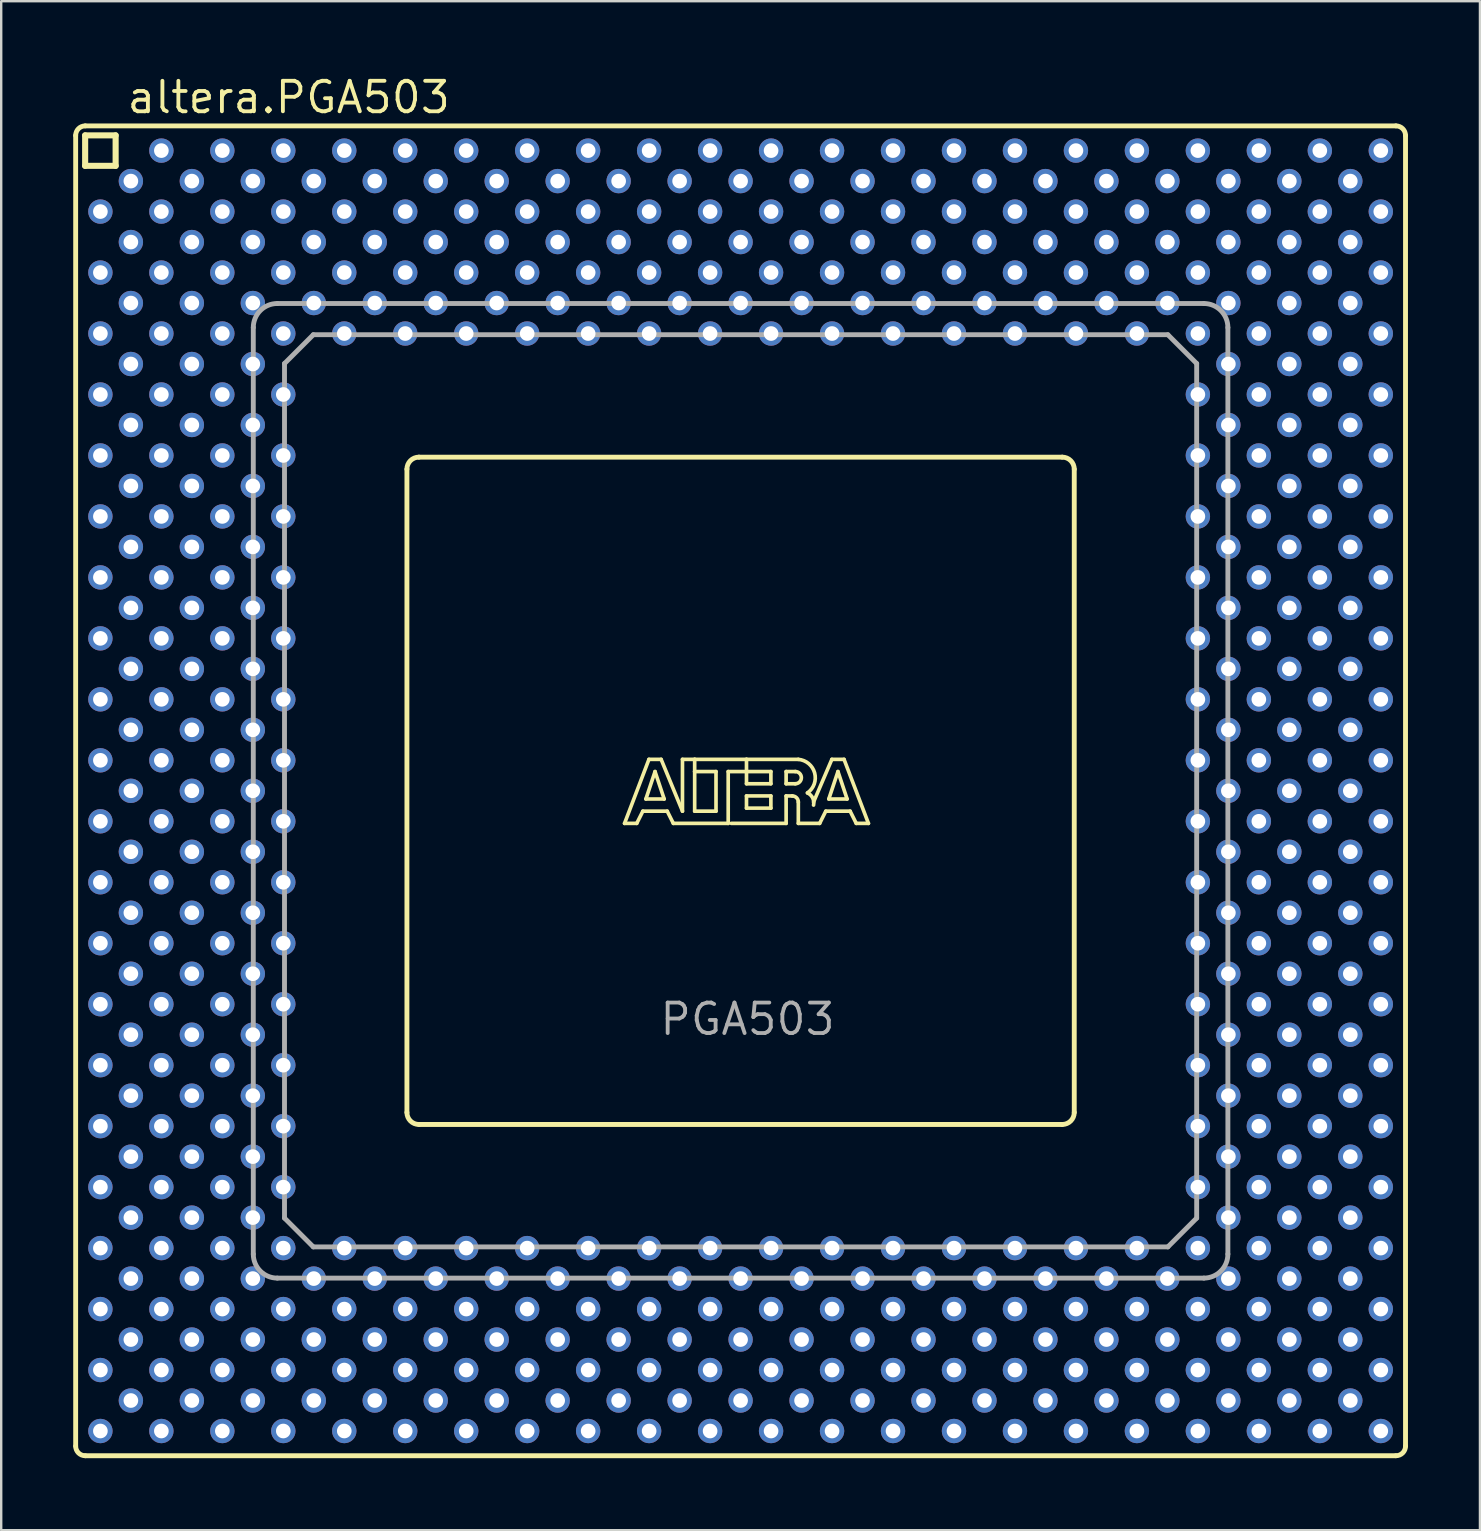
<source format=kicad_pcb>
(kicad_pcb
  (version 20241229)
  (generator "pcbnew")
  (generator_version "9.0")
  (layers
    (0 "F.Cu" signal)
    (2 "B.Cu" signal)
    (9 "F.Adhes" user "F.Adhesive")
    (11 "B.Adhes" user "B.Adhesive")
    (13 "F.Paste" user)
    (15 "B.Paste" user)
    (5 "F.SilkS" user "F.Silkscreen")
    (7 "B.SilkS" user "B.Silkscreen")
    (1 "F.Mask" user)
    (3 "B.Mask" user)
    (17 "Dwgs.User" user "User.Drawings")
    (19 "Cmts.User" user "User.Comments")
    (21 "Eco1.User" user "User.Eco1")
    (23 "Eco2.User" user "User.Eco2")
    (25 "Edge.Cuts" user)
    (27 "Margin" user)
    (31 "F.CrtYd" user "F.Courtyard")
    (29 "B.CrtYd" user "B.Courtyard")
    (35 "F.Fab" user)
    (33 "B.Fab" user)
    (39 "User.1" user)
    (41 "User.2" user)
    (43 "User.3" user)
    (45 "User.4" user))
  (footprint "altera.PGA503"
    (layer "F.Cu")
    (at 27.802 29.894)
    (property "Reference" "altera.PGA503" (at -25.643 -28.144 0) (layer "F.SilkS") (effects (font (size 1.27 1.27) (thickness 0.16)) (justify left bottom)))
    (attr through_hole)
    (fp_line (start -27.7 -27.3) (end -27.7 27.3) (stroke (width 0.203) (type default)) (layer "F.SilkS"))
    (fp_line (start -27.305 -27.305) (end -27.305 -26.035) (stroke (width 0.254) (type default)) (layer "F.SilkS"))
    (fp_line (start -27.305 -26.035) (end -26.035 -26.035) (stroke (width 0.254) (type default)) (layer "F.SilkS"))
    (fp_line (start -27.3 27.7) (end 27.3 27.7) (stroke (width 0.203) (type default)) (layer "F.SilkS"))
    (fp_line (start -26.035 -27.305) (end -27.305 -27.305) (stroke (width 0.254) (type default)) (layer "F.SilkS"))
    (fp_line (start -26.035 -26.035) (end -26.035 -27.305) (stroke (width 0.254) (type default)) (layer "F.SilkS"))
    (fp_line (start -13.9 -13.4) (end -13.9 13.4) (stroke (width 0.203) (type default)) (layer "F.SilkS"))
    (fp_line (start -13.4 13.9) (end 13.4 13.9) (stroke (width 0.203) (type default)) (layer "F.SilkS"))
    (fp_line (start -4.834 1.357) (end -3.818 -1.31) (stroke (width 0.152) (type default)) (layer "F.SilkS"))
    (fp_line (start -4.326 1.357) (end -4.834 1.357) (stroke (width 0.152) (type default)) (layer "F.SilkS"))
    (fp_line (start -4.072 0.849) (end -4.326 1.357) (stroke (width 0.152) (type default)) (layer "F.SilkS"))
    (fp_line (start -3.945 0.341) (end -3.183 0.341) (stroke (width 0.152) (type default)) (layer "F.SilkS"))
    (fp_line (start -3.818 -1.31) (end -3.31 -1.31) (stroke (width 0.152) (type default)) (layer "F.SilkS"))
    (fp_line (start -3.564 -0.802) (end -3.945 0.341) (stroke (width 0.152) (type default)) (layer "F.SilkS"))
    (fp_line (start -3.31 -1.31) (end -2.421 0.849) (stroke (width 0.152) (type default)) (layer "F.SilkS"))
    (fp_line (start -3.183 0.341) (end -3.564 -0.802) (stroke (width 0.152) (type default)) (layer "F.SilkS"))
    (fp_line (start -3.056 0.849) (end -4.072 0.849) (stroke (width 0.152) (type default)) (layer "F.SilkS"))
    (fp_line (start -2.802 1.357) (end -3.056 0.849) (stroke (width 0.152) (type default)) (layer "F.SilkS"))
    (fp_line (start -2.421 -1.31) (end -1.913 -1.31) (stroke (width 0.152) (type default)) (layer "F.SilkS"))
    (fp_line (start -2.421 0.849) (end -2.421 -1.31) (stroke (width 0.152) (type default)) (layer "F.SilkS"))
    (fp_line (start -1.913 -1.31) (end -1.913 -0.802) (stroke (width 0.152) (type default)) (layer "F.SilkS"))
    (fp_line (start -1.913 -1.31) (end 0.246 -1.31) (stroke (width 0.152) (type default)) (layer "F.SilkS"))
    (fp_line (start -1.913 -0.802) (end -1.913 0.849) (stroke (width 0.152) (type default)) (layer "F.SilkS"))
    (fp_line (start -1.913 0.849) (end -1.024 0.849) (stroke (width 0.152) (type default)) (layer "F.SilkS"))
    (fp_line (start -1.024 -0.802) (end -1.913 -0.802) (stroke (width 0.152) (type default)) (layer "F.SilkS"))
    (fp_line (start -1.024 0.849) (end -1.024 -0.802) (stroke (width 0.152) (type default)) (layer "F.SilkS"))
    (fp_line (start -0.516 -0.802) (end -0.516 1.357) (stroke (width 0.152) (type default)) (layer "F.SilkS"))
    (fp_line (start -0.516 1.357) (end -2.802 1.357) (stroke (width 0.152) (type default)) (layer "F.SilkS"))
    (fp_line (start 0.246 -1.31) (end 0.246 -0.802) (stroke (width 0.152) (type default)) (layer "F.SilkS"))
    (fp_line (start 0.246 -1.31) (end 2.405 -1.31) (stroke (width 0.152) (type default)) (layer "F.SilkS"))
    (fp_line (start 0.246 -0.802) (end -0.516 -0.802) (stroke (width 0.152) (type default)) (layer "F.SilkS"))
    (fp_line (start 0.246 -0.802) (end 0.246 -0.294) (stroke (width 0.152) (type default)) (layer "F.SilkS"))
    (fp_line (start 0.246 -0.294) (end 1.262 -0.294) (stroke (width 0.152) (type default)) (layer "F.SilkS"))
    (fp_line (start 0.246 0.214) (end 1.262 0.214) (stroke (width 0.152) (type default)) (layer "F.SilkS"))
    (fp_line (start 0.246 0.722) (end 0.246 0.214) (stroke (width 0.152) (type default)) (layer "F.SilkS"))
    (fp_line (start 1.262 -0.802) (end 0.246 -0.802) (stroke (width 0.152) (type default)) (layer "F.SilkS"))
    (fp_line (start 1.262 -0.294) (end 1.262 -0.802) (stroke (width 0.152) (type default)) (layer "F.SilkS"))
    (fp_line (start 1.262 0.214) (end 1.262 0.722) (stroke (width 0.152) (type default)) (layer "F.SilkS"))
    (fp_line (start 1.262 0.722) (end 0.246 0.722) (stroke (width 0.152) (type default)) (layer "F.SilkS"))
    (fp_line (start 1.897 -0.802) (end 1.897 -0.294) (stroke (width 0.152) (type default)) (layer "F.SilkS"))
    (fp_line (start 1.897 -0.294) (end 2.278 -0.294) (stroke (width 0.152) (type default)) (layer "F.SilkS"))
    (fp_line (start 1.897 0.214) (end 1.897 1.357) (stroke (width 0.152) (type default)) (layer "F.SilkS"))
    (fp_line (start 1.897 0.214) (end 2.151 0.214) (stroke (width 0.152) (type default)) (layer "F.SilkS"))
    (fp_line (start 1.897 1.357) (end -0.389 1.357) (stroke (width 0.152) (type default)) (layer "F.SilkS"))
    (fp_line (start 2.278 -0.802) (end 1.897 -0.802) (stroke (width 0.152) (type default)) (layer "F.SilkS"))
    (fp_line (start 2.405 0.468) (end 2.405 1.357) (stroke (width 0.152) (type default)) (layer "F.SilkS"))
    (fp_line (start 2.405 1.357) (end 3.294 1.357) (stroke (width 0.152) (type default)) (layer "F.SilkS"))
    (fp_line (start 3.294 1.357) (end 3.548 0.849) (stroke (width 0.152) (type default)) (layer "F.SilkS"))
    (fp_line (start 3.548 0.849) (end 4.564 0.849) (stroke (width 0.152) (type default)) (layer "F.SilkS"))
    (fp_line (start 3.675 0.341) (end 4.056 -0.802) (stroke (width 0.152) (type default)) (layer "F.SilkS"))
    (fp_line (start 3.802 -1.31) (end 3.04 0.468) (stroke (width 0.152) (type default)) (layer "F.SilkS"))
    (fp_line (start 4.056 -0.802) (end 4.437 0.341) (stroke (width 0.152) (type default)) (layer "F.SilkS"))
    (fp_line (start 4.31 -1.31) (end 3.802 -1.31) (stroke (width 0.152) (type default)) (layer "F.SilkS"))
    (fp_line (start 4.437 0.341) (end 3.675 0.341) (stroke (width 0.152) (type default)) (layer "F.SilkS"))
    (fp_line (start 4.564 0.849) (end 4.818 1.357) (stroke (width 0.152) (type default)) (layer "F.SilkS"))
    (fp_line (start 4.818 1.357) (end 5.326 1.357) (stroke (width 0.152) (type default)) (layer "F.SilkS"))
    (fp_line (start 5.326 1.357) (end 4.31 -1.31) (stroke (width 0.152) (type default)) (layer "F.SilkS"))
    (fp_line (start 13.4 -13.9) (end -13.4 -13.9) (stroke (width 0.203) (type default)) (layer "F.SilkS"))
    (fp_line (start 13.9 13.4) (end 13.9 -13.4) (stroke (width 0.203) (type default)) (layer "F.SilkS"))
    (fp_line (start 27.3 -27.7) (end -27.3 -27.7) (stroke (width 0.203) (type default)) (layer "F.SilkS"))
    (fp_line (start 27.7 27.3) (end 27.7 -27.3) (stroke (width 0.203) (type default)) (layer "F.SilkS"))
    (fp_arc (start -27.7 -27.3) (mid -27.582813 -27.582913) (end -27.2999 -27.7001) (stroke (width 0.2032) (type default)) (layer "F.SilkS"))
    (fp_arc (start -27.2999 27.7001) (mid -27.582813 27.582913) (end -27.7 27.3) (stroke (width 0.2032) (type default)) (layer "F.SilkS"))
    (fp_arc (start -13.9 -13.4) (mid -13.753607 -13.753624) (end -13.4001 -13.9003) (stroke (width 0.2032) (type default)) (layer "F.SilkS"))
    (fp_arc (start -13.4001 13.9) (mid -13.753589 13.753518) (end -13.9 13.4) (stroke (width 0.2032) (type default)) (layer "F.SilkS"))
    (fp_arc (start 2.151 0.214) (mid 2.330605 0.288395) (end 2.405 0.468) (stroke (width 0.1524) (type default)) (layer "F.SilkS"))
    (fp_arc (start 2.278 -0.802) (mid 2.532 -0.548) (end 2.278 -0.294) (stroke (width 0.1524) (type default)) (layer "F.SilkS"))
    (fp_arc (start 2.405 -1.31) (mid 3.084953 -0.74477) (end 2.7861 0.0874) (stroke (width 0.1524) (type default)) (layer "F.SilkS"))
    (fp_arc (start 2.7861 0.0871) (mid 3.002081 0.296587) (end 3.0398 0.5951) (stroke (width 0.1524) (type default)) (layer "F.SilkS"))
    (fp_arc (start 13.4 -13.9) (mid 13.753624 -13.753607) (end 13.9003 -13.4001) (stroke (width 0.2032) (type default)) (layer "F.SilkS"))
    (fp_arc (start 13.9 13.4001) (mid 13.753518 13.753589) (end 13.4 13.9) (stroke (width 0.2032) (type default)) (layer "F.SilkS"))
    (fp_arc (start 27.3 -27.7) (mid 27.582913 -27.582813) (end 27.7001 -27.2999) (stroke (width 0.2032) (type default)) (layer "F.SilkS"))
    (fp_arc (start 27.7001 27.2999) (mid 27.582913 27.582813) (end 27.3 27.7) (stroke (width 0.2032) (type default)) (layer "F.SilkS"))
    (fp_line (start -20.3 -19.3) (end -20.3 19.3) (stroke (width 0.203) (type default)) (layer "F.Fab"))
    (fp_line (start -19.3 20.3) (end 19.3 20.3) (stroke (width 0.203) (type default)) (layer "F.Fab"))
    (fp_line (start -19 -17.8) (end -19 17.8) (stroke (width 0.203) (type default)) (layer "F.Fab"))
    (fp_line (start -19 -17.8) (end -17.8 -19) (stroke (width 0.203) (type default)) (layer "F.Fab"))
    (fp_line (start -17.8 19) (end -19 17.8) (stroke (width 0.203) (type default)) (layer "F.Fab"))
    (fp_line (start -17.8 19) (end 17.8 19) (stroke (width 0.203) (type default)) (layer "F.Fab"))
    (fp_line (start 17.8 -19) (end -17.8 -19) (stroke (width 0.203) (type default)) (layer "F.Fab"))
    (fp_line (start 17.8 -19) (end 19 -17.8) (stroke (width 0.203) (type default)) (layer "F.Fab"))
    (fp_line (start 19 17.8) (end 17.8 19) (stroke (width 0.203) (type default)) (layer "F.Fab"))
    (fp_line (start 19 17.8) (end 19 -17.8) (stroke (width 0.203) (type default)) (layer "F.Fab"))
    (fp_line (start 19.3 -20.3) (end -19.3 -20.3) (stroke (width 0.203) (type default)) (layer "F.Fab"))
    (fp_line (start 20.3 19.3) (end 20.3 -19.3) (stroke (width 0.203) (type default)) (layer "F.Fab"))
    (fp_arc (start -20.3 -19.3) (mid -20.007107 -20.007107) (end -19.3 -20.3) (stroke (width 0.2032) (type default)) (layer "F.Fab"))
    (fp_arc (start -19.3 20.3) (mid -20.007107 20.007107) (end -20.3 19.3) (stroke (width 0.2032) (type default)) (layer "F.Fab"))
    (fp_arc (start 19.3 -20.3) (mid 20.007107 -20.007107) (end 20.3 -19.3) (stroke (width 0.2032) (type default)) (layer "F.Fab"))
    (fp_arc (start 20.3 19.3) (mid 20.007107 20.007107) (end 19.3 20.3) (stroke (width 0.2032) (type default)) (layer "F.Fab"))
    (fp_text user "PGA503" (at -3.445 10.255 0) (layer "F.Fab") (effects (font (size 1.27 1.27) (thickness 0.16)) (justify left bottom)))
    (pad "A3" thru_hole circle (at -24.13 -26.67) (size 1.016 1.016) (drill 0.61) (layers "*.Cu" "*.Mask"))
    (pad "A5" thru_hole circle (at -21.59 -26.67) (size 1.016 1.016) (drill 0.61) (layers "*.Cu" "*.Mask"))
    (pad "A7" thru_hole circle (at -19.05 -26.67) (size 1.016 1.016) (drill 0.61) (layers "*.Cu" "*.Mask"))
    (pad "A9" thru_hole circle (at -16.51 -26.67) (size 1.016 1.016) (drill 0.61) (layers "*.Cu" "*.Mask"))
    (pad "A11" thru_hole circle (at -13.97 -26.67) (size 1.016 1.016) (drill 0.61) (layers "*.Cu" "*.Mask"))
    (pad "A13" thru_hole circle (at -11.43 -26.67) (size 1.016 1.016) (drill 0.61) (layers "*.Cu" "*.Mask"))
    (pad "A15" thru_hole circle (at -8.89 -26.67) (size 1.016 1.016) (drill 0.61) (layers "*.Cu" "*.Mask"))
    (pad "A17" thru_hole circle (at -6.35 -26.67) (size 1.016 1.016) (drill 0.61) (layers "*.Cu" "*.Mask"))
    (pad "A19" thru_hole circle (at -3.81 -26.67) (size 1.016 1.016) (drill 0.61) (layers "*.Cu" "*.Mask"))
    (pad "A21" thru_hole circle (at -1.27 -26.67) (size 1.016 1.016) (drill 0.61) (layers "*.Cu" "*.Mask"))
    (pad "A23" thru_hole circle (at 1.27 -26.67) (size 1.016 1.016) (drill 0.61) (layers "*.Cu" "*.Mask"))
    (pad "A25" thru_hole circle (at 3.81 -26.67) (size 1.016 1.016) (drill 0.61) (layers "*.Cu" "*.Mask"))
    (pad "A27" thru_hole circle (at 6.35 -26.67) (size 1.016 1.016) (drill 0.61) (layers "*.Cu" "*.Mask"))
    (pad "A29" thru_hole circle (at 8.89 -26.67) (size 1.016 1.016) (drill 0.61) (layers "*.Cu" "*.Mask"))
    (pad "A31" thru_hole circle (at 11.43 -26.67) (size 1.016 1.016) (drill 0.61) (layers "*.Cu" "*.Mask"))
    (pad "A33" thru_hole circle (at 13.97 -26.67) (size 1.016 1.016) (drill 0.61) (layers "*.Cu" "*.Mask"))
    (pad "A35" thru_hole circle (at 16.51 -26.67) (size 1.016 1.016) (drill 0.61) (layers "*.Cu" "*.Mask"))
    (pad "A37" thru_hole circle (at 19.05 -26.67) (size 1.016 1.016) (drill 0.61) (layers "*.Cu" "*.Mask"))
    (pad "A39" thru_hole circle (at 21.59 -26.67) (size 1.016 1.016) (drill 0.61) (layers "*.Cu" "*.Mask"))
    (pad "A41" thru_hole circle (at 24.13 -26.67) (size 1.016 1.016) (drill 0.61) (layers "*.Cu" "*.Mask"))
    (pad "A43" thru_hole circle (at 26.67 -26.67) (size 1.016 1.016) (drill 0.61) (layers "*.Cu" "*.Mask"))
    (pad "AA1" thru_hole circle (at -26.67 -1.27) (size 1.016 1.016) (drill 0.61) (layers "*.Cu" "*.Mask"))
    (pad "AA3" thru_hole circle (at -24.13 -1.27) (size 1.016 1.016) (drill 0.61) (layers "*.Cu" "*.Mask"))
    (pad "AA5" thru_hole circle (at -21.59 -1.27) (size 1.016 1.016) (drill 0.61) (layers "*.Cu" "*.Mask"))
    (pad "AA7" thru_hole circle (at -19.05 -1.27) (size 1.016 1.016) (drill 0.61) (layers "*.Cu" "*.Mask"))
    (pad "AA37" thru_hole circle (at 19.05 -1.27) (size 1.016 1.016) (drill 0.61) (layers "*.Cu" "*.Mask"))
    (pad "AA39" thru_hole circle (at 21.59 -1.27) (size 1.016 1.016) (drill 0.61) (layers "*.Cu" "*.Mask"))
    (pad "AA41" thru_hole circle (at 24.13 -1.27) (size 1.016 1.016) (drill 0.61) (layers "*.Cu" "*.Mask"))
    (pad "AA43" thru_hole circle (at 26.67 -1.27) (size 1.016 1.016) (drill 0.61) (layers "*.Cu" "*.Mask"))
    (pad "AB2" thru_hole circle (at -25.4 0) (size 1.016 1.016) (drill 0.61) (layers "*.Cu" "*.Mask"))
    (pad "AB4" thru_hole circle (at -22.86 0) (size 1.016 1.016) (drill 0.61) (layers "*.Cu" "*.Mask"))
    (pad "AB6" thru_hole circle (at -20.32 0) (size 1.016 1.016) (drill 0.61) (layers "*.Cu" "*.Mask"))
    (pad "AB38" thru_hole circle (at 20.32 0) (size 1.016 1.016) (drill 0.61) (layers "*.Cu" "*.Mask"))
    (pad "AB40" thru_hole circle (at 22.86 0) (size 1.016 1.016) (drill 0.61) (layers "*.Cu" "*.Mask"))
    (pad "AB42" thru_hole circle (at 25.4 0) (size 1.016 1.016) (drill 0.61) (layers "*.Cu" "*.Mask"))
    (pad "AC1" thru_hole circle (at -26.67 1.27) (size 1.016 1.016) (drill 0.61) (layers "*.Cu" "*.Mask"))
    (pad "AC3" thru_hole circle (at -24.13 1.27) (size 1.016 1.016) (drill 0.61) (layers "*.Cu" "*.Mask"))
    (pad "AC5" thru_hole circle (at -21.59 1.27) (size 1.016 1.016) (drill 0.61) (layers "*.Cu" "*.Mask"))
    (pad "AC7" thru_hole circle (at -19.05 1.27) (size 1.016 1.016) (drill 0.61) (layers "*.Cu" "*.Mask"))
    (pad "AC37" thru_hole circle (at 19.05 1.27) (size 1.016 1.016) (drill 0.61) (layers "*.Cu" "*.Mask"))
    (pad "AC39" thru_hole circle (at 21.59 1.27) (size 1.016 1.016) (drill 0.61) (layers "*.Cu" "*.Mask"))
    (pad "AC41" thru_hole circle (at 24.13 1.27) (size 1.016 1.016) (drill 0.61) (layers "*.Cu" "*.Mask"))
    (pad "AC43" thru_hole circle (at 26.67 1.27) (size 1.016 1.016) (drill 0.61) (layers "*.Cu" "*.Mask"))
    (pad "AD2" thru_hole circle (at -25.4 2.54) (size 1.016 1.016) (drill 0.61) (layers "*.Cu" "*.Mask"))
    (pad "AD4" thru_hole circle (at -22.86 2.54) (size 1.016 1.016) (drill 0.61) (layers "*.Cu" "*.Mask"))
    (pad "AD6" thru_hole circle (at -20.32 2.54) (size 1.016 1.016) (drill 0.61) (layers "*.Cu" "*.Mask"))
    (pad "AD38" thru_hole circle (at 20.32 2.54) (size 1.016 1.016) (drill 0.61) (layers "*.Cu" "*.Mask"))
    (pad "AD40" thru_hole circle (at 22.86 2.54) (size 1.016 1.016) (drill 0.61) (layers "*.Cu" "*.Mask"))
    (pad "AD42" thru_hole circle (at 25.4 2.54) (size 1.016 1.016) (drill 0.61) (layers "*.Cu" "*.Mask"))
    (pad "AE1" thru_hole circle (at -26.67 3.81) (size 1.016 1.016) (drill 0.61) (layers "*.Cu" "*.Mask"))
    (pad "AE3" thru_hole circle (at -24.13 3.81) (size 1.016 1.016) (drill 0.61) (layers "*.Cu" "*.Mask"))
    (pad "AE5" thru_hole circle (at -21.59 3.81) (size 1.016 1.016) (drill 0.61) (layers "*.Cu" "*.Mask"))
    (pad "AE7" thru_hole circle (at -19.05 3.81) (size 1.016 1.016) (drill 0.61) (layers "*.Cu" "*.Mask"))
    (pad "AE37" thru_hole circle (at 19.05 3.81) (size 1.016 1.016) (drill 0.61) (layers "*.Cu" "*.Mask"))
    (pad "AE39" thru_hole circle (at 21.59 3.81) (size 1.016 1.016) (drill 0.61) (layers "*.Cu" "*.Mask"))
    (pad "AE41" thru_hole circle (at 24.13 3.81) (size 1.016 1.016) (drill 0.61) (layers "*.Cu" "*.Mask"))
    (pad "AE43" thru_hole circle (at 26.67 3.81) (size 1.016 1.016) (drill 0.61) (layers "*.Cu" "*.Mask"))
    (pad "AF2" thru_hole circle (at -25.4 5.08) (size 1.016 1.016) (drill 0.61) (layers "*.Cu" "*.Mask"))
    (pad "AF4" thru_hole circle (at -22.86 5.08) (size 1.016 1.016) (drill 0.61) (layers "*.Cu" "*.Mask"))
    (pad "AF6" thru_hole circle (at -20.32 5.08) (size 1.016 1.016) (drill 0.61) (layers "*.Cu" "*.Mask"))
    (pad "AF38" thru_hole circle (at 20.32 5.08) (size 1.016 1.016) (drill 0.61) (layers "*.Cu" "*.Mask"))
    (pad "AF40" thru_hole circle (at 22.86 5.08) (size 1.016 1.016) (drill 0.61) (layers "*.Cu" "*.Mask"))
    (pad "AF42" thru_hole circle (at 25.4 5.08) (size 1.016 1.016) (drill 0.61) (layers "*.Cu" "*.Mask"))
    (pad "AG1" thru_hole circle (at -26.67 6.35) (size 1.016 1.016) (drill 0.61) (layers "*.Cu" "*.Mask"))
    (pad "AG3" thru_hole circle (at -24.13 6.35) (size 1.016 1.016) (drill 0.61) (layers "*.Cu" "*.Mask"))
    (pad "AG5" thru_hole circle (at -21.59 6.35) (size 1.016 1.016) (drill 0.61) (layers "*.Cu" "*.Mask"))
    (pad "AG7" thru_hole circle (at -19.05 6.35) (size 1.016 1.016) (drill 0.61) (layers "*.Cu" "*.Mask"))
    (pad "AG37" thru_hole circle (at 19.05 6.35) (size 1.016 1.016) (drill 0.61) (layers "*.Cu" "*.Mask"))
    (pad "AG39" thru_hole circle (at 21.59 6.35) (size 1.016 1.016) (drill 0.61) (layers "*.Cu" "*.Mask"))
    (pad "AG41" thru_hole circle (at 24.13 6.35) (size 1.016 1.016) (drill 0.61) (layers "*.Cu" "*.Mask"))
    (pad "AG43" thru_hole circle (at 26.67 6.35) (size 1.016 1.016) (drill 0.61) (layers "*.Cu" "*.Mask"))
    (pad "AH2" thru_hole circle (at -25.4 7.62) (size 1.016 1.016) (drill 0.61) (layers "*.Cu" "*.Mask"))
    (pad "AH4" thru_hole circle (at -22.86 7.62) (size 1.016 1.016) (drill 0.61) (layers "*.Cu" "*.Mask"))
    (pad "AH6" thru_hole circle (at -20.32 7.62) (size 1.016 1.016) (drill 0.61) (layers "*.Cu" "*.Mask"))
    (pad "AH38" thru_hole circle (at 20.32 7.62) (size 1.016 1.016) (drill 0.61) (layers "*.Cu" "*.Mask"))
    (pad "AH40" thru_hole circle (at 22.86 7.62) (size 1.016 1.016) (drill 0.61) (layers "*.Cu" "*.Mask"))
    (pad "AH42" thru_hole circle (at 25.4 7.62) (size 1.016 1.016) (drill 0.61) (layers "*.Cu" "*.Mask"))
    (pad "AJ1" thru_hole circle (at -26.67 8.89) (size 1.016 1.016) (drill 0.61) (layers "*.Cu" "*.Mask"))
    (pad "AJ3" thru_hole circle (at -24.13 8.89) (size 1.016 1.016) (drill 0.61) (layers "*.Cu" "*.Mask"))
    (pad "AJ5" thru_hole circle (at -21.59 8.89) (size 1.016 1.016) (drill 0.61) (layers "*.Cu" "*.Mask"))
    (pad "AJ7" thru_hole circle (at -19.05 8.89) (size 1.016 1.016) (drill 0.61) (layers "*.Cu" "*.Mask"))
    (pad "AJ37" thru_hole circle (at 19.05 8.89) (size 1.016 1.016) (drill 0.61) (layers "*.Cu" "*.Mask"))
    (pad "AJ39" thru_hole circle (at 21.59 8.89) (size 1.016 1.016) (drill 0.61) (layers "*.Cu" "*.Mask"))
    (pad "AJ41" thru_hole circle (at 24.13 8.89) (size 1.016 1.016) (drill 0.61) (layers "*.Cu" "*.Mask"))
    (pad "AJ43" thru_hole circle (at 26.67 8.89) (size 1.016 1.016) (drill 0.61) (layers "*.Cu" "*.Mask"))
    (pad "AK2" thru_hole circle (at -25.4 10.16) (size 1.016 1.016) (drill 0.61) (layers "*.Cu" "*.Mask"))
    (pad "AK4" thru_hole circle (at -22.86 10.16) (size 1.016 1.016) (drill 0.61) (layers "*.Cu" "*.Mask"))
    (pad "AK6" thru_hole circle (at -20.32 10.16) (size 1.016 1.016) (drill 0.61) (layers "*.Cu" "*.Mask"))
    (pad "AK38" thru_hole circle (at 20.32 10.16) (size 1.016 1.016) (drill 0.61) (layers "*.Cu" "*.Mask"))
    (pad "AK40" thru_hole circle (at 22.86 10.16) (size 1.016 1.016) (drill 0.61) (layers "*.Cu" "*.Mask"))
    (pad "AK42" thru_hole circle (at 25.4 10.16) (size 1.016 1.016) (drill 0.61) (layers "*.Cu" "*.Mask"))
    (pad "AL1" thru_hole circle (at -26.67 11.43) (size 1.016 1.016) (drill 0.61) (layers "*.Cu" "*.Mask"))
    (pad "AL3" thru_hole circle (at -24.13 11.43) (size 1.016 1.016) (drill 0.61) (layers "*.Cu" "*.Mask"))
    (pad "AL5" thru_hole circle (at -21.59 11.43) (size 1.016 1.016) (drill 0.61) (layers "*.Cu" "*.Mask"))
    (pad "AL7" thru_hole circle (at -19.05 11.43) (size 1.016 1.016) (drill 0.61) (layers "*.Cu" "*.Mask"))
    (pad "AL37" thru_hole circle (at 19.05 11.43) (size 1.016 1.016) (drill 0.61) (layers "*.Cu" "*.Mask"))
    (pad "AL39" thru_hole circle (at 21.59 11.43) (size 1.016 1.016) (drill 0.61) (layers "*.Cu" "*.Mask"))
    (pad "AL41" thru_hole circle (at 24.13 11.43) (size 1.016 1.016) (drill 0.61) (layers "*.Cu" "*.Mask"))
    (pad "AL43" thru_hole circle (at 26.67 11.43) (size 1.016 1.016) (drill 0.61) (layers "*.Cu" "*.Mask"))
    (pad "AM2" thru_hole circle (at -25.4 12.7) (size 1.016 1.016) (drill 0.61) (layers "*.Cu" "*.Mask"))
    (pad "AM4" thru_hole circle (at -22.86 12.7) (size 1.016 1.016) (drill 0.61) (layers "*.Cu" "*.Mask"))
    (pad "AM6" thru_hole circle (at -20.32 12.7) (size 1.016 1.016) (drill 0.61) (layers "*.Cu" "*.Mask"))
    (pad "AM38" thru_hole circle (at 20.32 12.7) (size 1.016 1.016) (drill 0.61) (layers "*.Cu" "*.Mask"))
    (pad "AM40" thru_hole circle (at 22.86 12.7) (size 1.016 1.016) (drill 0.61) (layers "*.Cu" "*.Mask"))
    (pad "AM42" thru_hole circle (at 25.4 12.7) (size 1.016 1.016) (drill 0.61) (layers "*.Cu" "*.Mask"))
    (pad "AN1" thru_hole circle (at -26.67 13.97) (size 1.016 1.016) (drill 0.61) (layers "*.Cu" "*.Mask"))
    (pad "AN3" thru_hole circle (at -24.13 13.97) (size 1.016 1.016) (drill 0.61) (layers "*.Cu" "*.Mask"))
    (pad "AN5" thru_hole circle (at -21.59 13.97) (size 1.016 1.016) (drill 0.61) (layers "*.Cu" "*.Mask"))
    (pad "AN7" thru_hole circle (at -19.05 13.97) (size 1.016 1.016) (drill 0.61) (layers "*.Cu" "*.Mask"))
    (pad "AN37" thru_hole circle (at 19.05 13.97) (size 1.016 1.016) (drill 0.61) (layers "*.Cu" "*.Mask"))
    (pad "AN39" thru_hole circle (at 21.59 13.97) (size 1.016 1.016) (drill 0.61) (layers "*.Cu" "*.Mask"))
    (pad "AN41" thru_hole circle (at 24.13 13.97) (size 1.016 1.016) (drill 0.61) (layers "*.Cu" "*.Mask"))
    (pad "AN43" thru_hole circle (at 26.67 13.97) (size 1.016 1.016) (drill 0.61) (layers "*.Cu" "*.Mask"))
    (pad "AP2" thru_hole circle (at -25.4 15.24) (size 1.016 1.016) (drill 0.61) (layers "*.Cu" "*.Mask"))
    (pad "AP4" thru_hole circle (at -22.86 15.24) (size 1.016 1.016) (drill 0.61) (layers "*.Cu" "*.Mask"))
    (pad "AP6" thru_hole circle (at -20.32 15.24) (size 1.016 1.016) (drill 0.61) (layers "*.Cu" "*.Mask"))
    (pad "AP38" thru_hole circle (at 20.32 15.24) (size 1.016 1.016) (drill 0.61) (layers "*.Cu" "*.Mask"))
    (pad "AP40" thru_hole circle (at 22.86 15.24) (size 1.016 1.016) (drill 0.61) (layers "*.Cu" "*.Mask"))
    (pad "AP42" thru_hole circle (at 25.4 15.24) (size 1.016 1.016) (drill 0.61) (layers "*.Cu" "*.Mask"))
    (pad "AR1" thru_hole circle (at -26.67 16.51) (size 1.016 1.016) (drill 0.61) (layers "*.Cu" "*.Mask"))
    (pad "AR3" thru_hole circle (at -24.13 16.51) (size 1.016 1.016) (drill 0.61) (layers "*.Cu" "*.Mask"))
    (pad "AR5" thru_hole circle (at -21.59 16.51) (size 1.016 1.016) (drill 0.61) (layers "*.Cu" "*.Mask"))
    (pad "AR7" thru_hole circle (at -19.05 16.51) (size 1.016 1.016) (drill 0.61) (layers "*.Cu" "*.Mask"))
    (pad "AR37" thru_hole circle (at 19.05 16.51) (size 1.016 1.016) (drill 0.61) (layers "*.Cu" "*.Mask"))
    (pad "AR39" thru_hole circle (at 21.59 16.51) (size 1.016 1.016) (drill 0.61) (layers "*.Cu" "*.Mask"))
    (pad "AR41" thru_hole circle (at 24.13 16.51) (size 1.016 1.016) (drill 0.61) (layers "*.Cu" "*.Mask"))
    (pad "AR43" thru_hole circle (at 26.67 16.51) (size 1.016 1.016) (drill 0.61) (layers "*.Cu" "*.Mask"))
    (pad "AT2" thru_hole circle (at -25.4 17.78) (size 1.016 1.016) (drill 0.61) (layers "*.Cu" "*.Mask"))
    (pad "AT4" thru_hole circle (at -22.86 17.78) (size 1.016 1.016) (drill 0.61) (layers "*.Cu" "*.Mask"))
    (pad "AT6" thru_hole circle (at -20.32 17.78) (size 1.016 1.016) (drill 0.61) (layers "*.Cu" "*.Mask"))
    (pad "AT38" thru_hole circle (at 20.32 17.78) (size 1.016 1.016) (drill 0.61) (layers "*.Cu" "*.Mask"))
    (pad "AT40" thru_hole circle (at 22.86 17.78) (size 1.016 1.016) (drill 0.61) (layers "*.Cu" "*.Mask"))
    (pad "AT42" thru_hole circle (at 25.4 17.78) (size 1.016 1.016) (drill 0.61) (layers "*.Cu" "*.Mask"))
    (pad "AU1" thru_hole circle (at -26.67 19.05) (size 1.016 1.016) (drill 0.61) (layers "*.Cu" "*.Mask"))
    (pad "AU3" thru_hole circle (at -24.13 19.05) (size 1.016 1.016) (drill 0.61) (layers "*.Cu" "*.Mask"))
    (pad "AU5" thru_hole circle (at -21.59 19.05) (size 1.016 1.016) (drill 0.61) (layers "*.Cu" "*.Mask"))
    (pad "AU7" thru_hole circle (at -19.05 19.05) (size 1.016 1.016) (drill 0.61) (layers "*.Cu" "*.Mask"))
    (pad "AU9" thru_hole circle (at -16.51 19.05) (size 1.016 1.016) (drill 0.61) (layers "*.Cu" "*.Mask"))
    (pad "AU11" thru_hole circle (at -13.97 19.05) (size 1.016 1.016) (drill 0.61) (layers "*.Cu" "*.Mask"))
    (pad "AU13" thru_hole circle (at -11.43 19.05) (size 1.016 1.016) (drill 0.61) (layers "*.Cu" "*.Mask"))
    (pad "AU15" thru_hole circle (at -8.89 19.05) (size 1.016 1.016) (drill 0.61) (layers "*.Cu" "*.Mask"))
    (pad "AU17" thru_hole circle (at -6.35 19.05) (size 1.016 1.016) (drill 0.61) (layers "*.Cu" "*.Mask"))
    (pad "AU19" thru_hole circle (at -3.81 19.05) (size 1.016 1.016) (drill 0.61) (layers "*.Cu" "*.Mask"))
    (pad "AU21" thru_hole circle (at -1.27 19.05) (size 1.016 1.016) (drill 0.61) (layers "*.Cu" "*.Mask"))
    (pad "AU23" thru_hole circle (at 1.27 19.05) (size 1.016 1.016) (drill 0.61) (layers "*.Cu" "*.Mask"))
    (pad "AU25" thru_hole circle (at 3.81 19.05) (size 1.016 1.016) (drill 0.61) (layers "*.Cu" "*.Mask"))
    (pad "AU27" thru_hole circle (at 6.35 19.05) (size 1.016 1.016) (drill 0.61) (layers "*.Cu" "*.Mask"))
    (pad "AU29" thru_hole circle (at 8.89 19.05) (size 1.016 1.016) (drill 0.61) (layers "*.Cu" "*.Mask"))
    (pad "AU31" thru_hole circle (at 11.43 19.05) (size 1.016 1.016) (drill 0.61) (layers "*.Cu" "*.Mask"))
    (pad "AU33" thru_hole circle (at 13.97 19.05) (size 1.016 1.016) (drill 0.61) (layers "*.Cu" "*.Mask"))
    (pad "AU35" thru_hole circle (at 16.51 19.05) (size 1.016 1.016) (drill 0.61) (layers "*.Cu" "*.Mask"))
    (pad "AU37" thru_hole circle (at 19.05 19.05) (size 1.016 1.016) (drill 0.61) (layers "*.Cu" "*.Mask"))
    (pad "AU39" thru_hole circle (at 21.59 19.05) (size 1.016 1.016) (drill 0.61) (layers "*.Cu" "*.Mask"))
    (pad "AU41" thru_hole circle (at 24.13 19.05) (size 1.016 1.016) (drill 0.61) (layers "*.Cu" "*.Mask"))
    (pad "AU43" thru_hole circle (at 26.67 19.05) (size 1.016 1.016) (drill 0.61) (layers "*.Cu" "*.Mask"))
    (pad "AV2" thru_hole circle (at -25.4 20.32) (size 1.016 1.016) (drill 0.61) (layers "*.Cu" "*.Mask"))
    (pad "AV4" thru_hole circle (at -22.86 20.32) (size 1.016 1.016) (drill 0.61) (layers "*.Cu" "*.Mask"))
    (pad "AV6" thru_hole circle (at -20.32 20.32) (size 1.016 1.016) (drill 0.61) (layers "*.Cu" "*.Mask"))
    (pad "AV8" thru_hole circle (at -17.78 20.32) (size 1.016 1.016) (drill 0.61) (layers "*.Cu" "*.Mask"))
    (pad "AV10" thru_hole circle (at -15.24 20.32) (size 1.016 1.016) (drill 0.61) (layers "*.Cu" "*.Mask"))
    (pad "AV12" thru_hole circle (at -12.7 20.32) (size 1.016 1.016) (drill 0.61) (layers "*.Cu" "*.Mask"))
    (pad "AV14" thru_hole circle (at -10.16 20.32) (size 1.016 1.016) (drill 0.61) (layers "*.Cu" "*.Mask"))
    (pad "AV16" thru_hole circle (at -7.62 20.32) (size 1.016 1.016) (drill 0.61) (layers "*.Cu" "*.Mask"))
    (pad "AV18" thru_hole circle (at -5.08 20.32) (size 1.016 1.016) (drill 0.61) (layers "*.Cu" "*.Mask"))
    (pad "AV20" thru_hole circle (at -2.54 20.32) (size 1.016 1.016) (drill 0.61) (layers "*.Cu" "*.Mask"))
    (pad "AV22" thru_hole circle (at 0 20.32) (size 1.016 1.016) (drill 0.61) (layers "*.Cu" "*.Mask"))
    (pad "AV24" thru_hole circle (at 2.54 20.32) (size 1.016 1.016) (drill 0.61) (layers "*.Cu" "*.Mask"))
    (pad "AV26" thru_hole circle (at 5.08 20.32) (size 1.016 1.016) (drill 0.61) (layers "*.Cu" "*.Mask"))
    (pad "AV28" thru_hole circle (at 7.62 20.32) (size 1.016 1.016) (drill 0.61) (layers "*.Cu" "*.Mask"))
    (pad "AV30" thru_hole circle (at 10.16 20.32) (size 1.016 1.016) (drill 0.61) (layers "*.Cu" "*.Mask"))
    (pad "AV32" thru_hole circle (at 12.7 20.32) (size 1.016 1.016) (drill 0.61) (layers "*.Cu" "*.Mask"))
    (pad "AV34" thru_hole circle (at 15.24 20.32) (size 1.016 1.016) (drill 0.61) (layers "*.Cu" "*.Mask"))
    (pad "AV36" thru_hole circle (at 17.78 20.32) (size 1.016 1.016) (drill 0.61) (layers "*.Cu" "*.Mask"))
    (pad "AV38" thru_hole circle (at 20.32 20.32) (size 1.016 1.016) (drill 0.61) (layers "*.Cu" "*.Mask"))
    (pad "AV40" thru_hole circle (at 22.86 20.32) (size 1.016 1.016) (drill 0.61) (layers "*.Cu" "*.Mask"))
    (pad "AV42" thru_hole circle (at 25.4 20.32) (size 1.016 1.016) (drill 0.61) (layers "*.Cu" "*.Mask"))
    (pad "AW1" thru_hole circle (at -26.67 21.59) (size 1.016 1.016) (drill 0.61) (layers "*.Cu" "*.Mask"))
    (pad "AW3" thru_hole circle (at -24.13 21.59) (size 1.016 1.016) (drill 0.61) (layers "*.Cu" "*.Mask"))
    (pad "AW5" thru_hole circle (at -21.59 21.59) (size 1.016 1.016) (drill 0.61) (layers "*.Cu" "*.Mask"))
    (pad "AW7" thru_hole circle (at -19.05 21.59) (size 1.016 1.016) (drill 0.61) (layers "*.Cu" "*.Mask"))
    (pad "AW9" thru_hole circle (at -16.51 21.59) (size 1.016 1.016) (drill 0.61) (layers "*.Cu" "*.Mask"))
    (pad "AW11" thru_hole circle (at -13.97 21.59) (size 1.016 1.016) (drill 0.61) (layers "*.Cu" "*.Mask"))
    (pad "AW13" thru_hole circle (at -11.43 21.59) (size 1.016 1.016) (drill 0.61) (layers "*.Cu" "*.Mask"))
    (pad "AW15" thru_hole circle (at -8.89 21.59) (size 1.016 1.016) (drill 0.61) (layers "*.Cu" "*.Mask"))
    (pad "AW17" thru_hole circle (at -6.35 21.59) (size 1.016 1.016) (drill 0.61) (layers "*.Cu" "*.Mask"))
    (pad "AW19" thru_hole circle (at -3.81 21.59) (size 1.016 1.016) (drill 0.61) (layers "*.Cu" "*.Mask"))
    (pad "AW21" thru_hole circle (at -1.27 21.59) (size 1.016 1.016) (drill 0.61) (layers "*.Cu" "*.Mask"))
    (pad "AW23" thru_hole circle (at 1.27 21.59) (size 1.016 1.016) (drill 0.61) (layers "*.Cu" "*.Mask"))
    (pad "AW25" thru_hole circle (at 3.81 21.59) (size 1.016 1.016) (drill 0.61) (layers "*.Cu" "*.Mask"))
    (pad "AW27" thru_hole circle (at 6.35 21.59) (size 1.016 1.016) (drill 0.61) (layers "*.Cu" "*.Mask"))
    (pad "AW29" thru_hole circle (at 8.89 21.59) (size 1.016 1.016) (drill 0.61) (layers "*.Cu" "*.Mask"))
    (pad "AW31" thru_hole circle (at 11.43 21.59) (size 1.016 1.016) (drill 0.61) (layers "*.Cu" "*.Mask"))
    (pad "AW33" thru_hole circle (at 13.97 21.59) (size 1.016 1.016) (drill 0.61) (layers "*.Cu" "*.Mask"))
    (pad "AW35" thru_hole circle (at 16.51 21.59) (size 1.016 1.016) (drill 0.61) (layers "*.Cu" "*.Mask"))
    (pad "AW37" thru_hole circle (at 19.05 21.59) (size 1.016 1.016) (drill 0.61) (layers "*.Cu" "*.Mask"))
    (pad "AW39" thru_hole circle (at 21.59 21.59) (size 1.016 1.016) (drill 0.61) (layers "*.Cu" "*.Mask"))
    (pad "AW41" thru_hole circle (at 24.13 21.59) (size 1.016 1.016) (drill 0.61) (layers "*.Cu" "*.Mask"))
    (pad "AW43" thru_hole circle (at 26.67 21.59) (size 1.016 1.016) (drill 0.61) (layers "*.Cu" "*.Mask"))
    (pad "AY2" thru_hole circle (at -25.4 22.86) (size 1.016 1.016) (drill 0.61) (layers "*.Cu" "*.Mask"))
    (pad "AY4" thru_hole circle (at -22.86 22.86) (size 1.016 1.016) (drill 0.61) (layers "*.Cu" "*.Mask"))
    (pad "AY6" thru_hole circle (at -20.32 22.86) (size 1.016 1.016) (drill 0.61) (layers "*.Cu" "*.Mask"))
    (pad "AY8" thru_hole circle (at -17.78 22.86) (size 1.016 1.016) (drill 0.61) (layers "*.Cu" "*.Mask"))
    (pad "AY10" thru_hole circle (at -15.24 22.86) (size 1.016 1.016) (drill 0.61) (layers "*.Cu" "*.Mask"))
    (pad "AY12" thru_hole circle (at -12.7 22.86) (size 1.016 1.016) (drill 0.61) (layers "*.Cu" "*.Mask"))
    (pad "AY14" thru_hole circle (at -10.16 22.86) (size 1.016 1.016) (drill 0.61) (layers "*.Cu" "*.Mask"))
    (pad "AY16" thru_hole circle (at -7.62 22.86) (size 1.016 1.016) (drill 0.61) (layers "*.Cu" "*.Mask"))
    (pad "AY18" thru_hole circle (at -5.08 22.86) (size 1.016 1.016) (drill 0.61) (layers "*.Cu" "*.Mask"))
    (pad "AY20" thru_hole circle (at -2.54 22.86) (size 1.016 1.016) (drill 0.61) (layers "*.Cu" "*.Mask"))
    (pad "AY22" thru_hole circle (at 0 22.86) (size 1.016 1.016) (drill 0.61) (layers "*.Cu" "*.Mask"))
    (pad "AY24" thru_hole circle (at 2.54 22.86) (size 1.016 1.016) (drill 0.61) (layers "*.Cu" "*.Mask"))
    (pad "AY26" thru_hole circle (at 5.08 22.86) (size 1.016 1.016) (drill 0.61) (layers "*.Cu" "*.Mask"))
    (pad "AY28" thru_hole circle (at 7.62 22.86) (size 1.016 1.016) (drill 0.61) (layers "*.Cu" "*.Mask"))
    (pad "AY30" thru_hole circle (at 10.16 22.86) (size 1.016 1.016) (drill 0.61) (layers "*.Cu" "*.Mask"))
    (pad "AY32" thru_hole circle (at 12.7 22.86) (size 1.016 1.016) (drill 0.61) (layers "*.Cu" "*.Mask"))
    (pad "AY34" thru_hole circle (at 15.24 22.86) (size 1.016 1.016) (drill 0.61) (layers "*.Cu" "*.Mask"))
    (pad "AY36" thru_hole circle (at 17.78 22.86) (size 1.016 1.016) (drill 0.61) (layers "*.Cu" "*.Mask"))
    (pad "AY38" thru_hole circle (at 20.32 22.86) (size 1.016 1.016) (drill 0.61) (layers "*.Cu" "*.Mask"))
    (pad "AY40" thru_hole circle (at 22.86 22.86) (size 1.016 1.016) (drill 0.61) (layers "*.Cu" "*.Mask"))
    (pad "AY42" thru_hole circle (at 25.4 22.86) (size 1.016 1.016) (drill 0.61) (layers "*.Cu" "*.Mask"))
    (pad "B2" thru_hole circle (at -25.4 -25.4) (size 1.016 1.016) (drill 0.61) (layers "*.Cu" "*.Mask"))
    (pad "B4" thru_hole circle (at -22.86 -25.4) (size 1.016 1.016) (drill 0.61) (layers "*.Cu" "*.Mask"))
    (pad "B6" thru_hole circle (at -20.32 -25.4) (size 1.016 1.016) (drill 0.61) (layers "*.Cu" "*.Mask"))
    (pad "B8" thru_hole circle (at -17.78 -25.4) (size 1.016 1.016) (drill 0.61) (layers "*.Cu" "*.Mask"))
    (pad "B10" thru_hole circle (at -15.24 -25.4) (size 1.016 1.016) (drill 0.61) (layers "*.Cu" "*.Mask"))
    (pad "B12" thru_hole circle (at -12.7 -25.4) (size 1.016 1.016) (drill 0.61) (layers "*.Cu" "*.Mask"))
    (pad "B14" thru_hole circle (at -10.16 -25.4) (size 1.016 1.016) (drill 0.61) (layers "*.Cu" "*.Mask"))
    (pad "B16" thru_hole circle (at -7.62 -25.4) (size 1.016 1.016) (drill 0.61) (layers "*.Cu" "*.Mask"))
    (pad "B18" thru_hole circle (at -5.08 -25.4) (size 1.016 1.016) (drill 0.61) (layers "*.Cu" "*.Mask"))
    (pad "B20" thru_hole circle (at -2.54 -25.4) (size 1.016 1.016) (drill 0.61) (layers "*.Cu" "*.Mask"))
    (pad "B22" thru_hole circle (at 0 -25.4) (size 1.016 1.016) (drill 0.61) (layers "*.Cu" "*.Mask"))
    (pad "B24" thru_hole circle (at 2.54 -25.4) (size 1.016 1.016) (drill 0.61) (layers "*.Cu" "*.Mask"))
    (pad "B26" thru_hole circle (at 5.08 -25.4) (size 1.016 1.016) (drill 0.61) (layers "*.Cu" "*.Mask"))
    (pad "B28" thru_hole circle (at 7.62 -25.4) (size 1.016 1.016) (drill 0.61) (layers "*.Cu" "*.Mask"))
    (pad "B30" thru_hole circle (at 10.16 -25.4) (size 1.016 1.016) (drill 0.61) (layers "*.Cu" "*.Mask"))
    (pad "B32" thru_hole circle (at 12.7 -25.4) (size 1.016 1.016) (drill 0.61) (layers "*.Cu" "*.Mask"))
    (pad "B34" thru_hole circle (at 15.24 -25.4) (size 1.016 1.016) (drill 0.61) (layers "*.Cu" "*.Mask"))
    (pad "B36" thru_hole circle (at 17.78 -25.4) (size 1.016 1.016) (drill 0.61) (layers "*.Cu" "*.Mask"))
    (pad "B38" thru_hole circle (at 20.32 -25.4) (size 1.016 1.016) (drill 0.61) (layers "*.Cu" "*.Mask"))
    (pad "B40" thru_hole circle (at 22.86 -25.4) (size 1.016 1.016) (drill 0.61) (layers "*.Cu" "*.Mask"))
    (pad "B42" thru_hole circle (at 25.4 -25.4) (size 1.016 1.016) (drill 0.61) (layers "*.Cu" "*.Mask"))
    (pad "BA1" thru_hole circle (at -26.67 24.13) (size 1.016 1.016) (drill 0.61) (layers "*.Cu" "*.Mask"))
    (pad "BA3" thru_hole circle (at -24.13 24.13) (size 1.016 1.016) (drill 0.61) (layers "*.Cu" "*.Mask"))
    (pad "BA5" thru_hole circle (at -21.59 24.13) (size 1.016 1.016) (drill 0.61) (layers "*.Cu" "*.Mask"))
    (pad "BA7" thru_hole circle (at -19.05 24.13) (size 1.016 1.016) (drill 0.61) (layers "*.Cu" "*.Mask"))
    (pad "BA9" thru_hole circle (at -16.51 24.13) (size 1.016 1.016) (drill 0.61) (layers "*.Cu" "*.Mask"))
    (pad "BA11" thru_hole circle (at -13.97 24.13) (size 1.016 1.016) (drill 0.61) (layers "*.Cu" "*.Mask"))
    (pad "BA13" thru_hole circle (at -11.43 24.13) (size 1.016 1.016) (drill 0.61) (layers "*.Cu" "*.Mask"))
    (pad "BA15" thru_hole circle (at -8.89 24.13) (size 1.016 1.016) (drill 0.61) (layers "*.Cu" "*.Mask"))
    (pad "BA17" thru_hole circle (at -6.35 24.13) (size 1.016 1.016) (drill 0.61) (layers "*.Cu" "*.Mask"))
    (pad "BA19" thru_hole circle (at -3.81 24.13) (size 1.016 1.016) (drill 0.61) (layers "*.Cu" "*.Mask"))
    (pad "BA21" thru_hole circle (at -1.27 24.13) (size 1.016 1.016) (drill 0.61) (layers "*.Cu" "*.Mask"))
    (pad "BA23" thru_hole circle (at 1.27 24.13) (size 1.016 1.016) (drill 0.61) (layers "*.Cu" "*.Mask"))
    (pad "BA25" thru_hole circle (at 3.81 24.13) (size 1.016 1.016) (drill 0.61) (layers "*.Cu" "*.Mask"))
    (pad "BA27" thru_hole circle (at 6.35 24.13) (size 1.016 1.016) (drill 0.61) (layers "*.Cu" "*.Mask"))
    (pad "BA29" thru_hole circle (at 8.89 24.13) (size 1.016 1.016) (drill 0.61) (layers "*.Cu" "*.Mask"))
    (pad "BA31" thru_hole circle (at 11.43 24.13) (size 1.016 1.016) (drill 0.61) (layers "*.Cu" "*.Mask"))
    (pad "BA33" thru_hole circle (at 13.97 24.13) (size 1.016 1.016) (drill 0.61) (layers "*.Cu" "*.Mask"))
    (pad "BA35" thru_hole circle (at 16.51 24.13) (size 1.016 1.016) (drill 0.61) (layers "*.Cu" "*.Mask"))
    (pad "BA37" thru_hole circle (at 19.05 24.13) (size 1.016 1.016) (drill 0.61) (layers "*.Cu" "*.Mask"))
    (pad "BA39" thru_hole circle (at 21.59 24.13) (size 1.016 1.016) (drill 0.61) (layers "*.Cu" "*.Mask"))
    (pad "BA41" thru_hole circle (at 24.13 24.13) (size 1.016 1.016) (drill 0.61) (layers "*.Cu" "*.Mask"))
    (pad "BA43" thru_hole circle (at 26.67 24.13) (size 1.016 1.016) (drill 0.61) (layers "*.Cu" "*.Mask"))
    (pad "BB2" thru_hole circle (at -25.4 25.4) (size 1.016 1.016) (drill 0.61) (layers "*.Cu" "*.Mask"))
    (pad "BB4" thru_hole circle (at -22.86 25.4) (size 1.016 1.016) (drill 0.61) (layers "*.Cu" "*.Mask"))
    (pad "BB6" thru_hole circle (at -20.32 25.4) (size 1.016 1.016) (drill 0.61) (layers "*.Cu" "*.Mask"))
    (pad "BB8" thru_hole circle (at -17.78 25.4) (size 1.016 1.016) (drill 0.61) (layers "*.Cu" "*.Mask"))
    (pad "BB10" thru_hole circle (at -15.24 25.4) (size 1.016 1.016) (drill 0.61) (layers "*.Cu" "*.Mask"))
    (pad "BB12" thru_hole circle (at -12.7 25.4) (size 1.016 1.016) (drill 0.61) (layers "*.Cu" "*.Mask"))
    (pad "BB14" thru_hole circle (at -10.16 25.4) (size 1.016 1.016) (drill 0.61) (layers "*.Cu" "*.Mask"))
    (pad "BB16" thru_hole circle (at -7.62 25.4) (size 1.016 1.016) (drill 0.61) (layers "*.Cu" "*.Mask"))
    (pad "BB18" thru_hole circle (at -5.08 25.4) (size 1.016 1.016) (drill 0.61) (layers "*.Cu" "*.Mask"))
    (pad "BB20" thru_hole circle (at -2.54 25.4) (size 1.016 1.016) (drill 0.61) (layers "*.Cu" "*.Mask"))
    (pad "BB22" thru_hole circle (at 0 25.4) (size 1.016 1.016) (drill 0.61) (layers "*.Cu" "*.Mask"))
    (pad "BB24" thru_hole circle (at 2.54 25.4) (size 1.016 1.016) (drill 0.61) (layers "*.Cu" "*.Mask"))
    (pad "BB26" thru_hole circle (at 5.08 25.4) (size 1.016 1.016) (drill 0.61) (layers "*.Cu" "*.Mask"))
    (pad "BB28" thru_hole circle (at 7.62 25.4) (size 1.016 1.016) (drill 0.61) (layers "*.Cu" "*.Mask"))
    (pad "BB30" thru_hole circle (at 10.16 25.4) (size 1.016 1.016) (drill 0.61) (layers "*.Cu" "*.Mask"))
    (pad "BB32" thru_hole circle (at 12.7 25.4) (size 1.016 1.016) (drill 0.61) (layers "*.Cu" "*.Mask"))
    (pad "BB34" thru_hole circle (at 15.24 25.4) (size 1.016 1.016) (drill 0.61) (layers "*.Cu" "*.Mask"))
    (pad "BB36" thru_hole circle (at 17.78 25.4) (size 1.016 1.016) (drill 0.61) (layers "*.Cu" "*.Mask"))
    (pad "BB38" thru_hole circle (at 20.32 25.4) (size 1.016 1.016) (drill 0.61) (layers "*.Cu" "*.Mask"))
    (pad "BB40" thru_hole circle (at 22.86 25.4) (size 1.016 1.016) (drill 0.61) (layers "*.Cu" "*.Mask"))
    (pad "BB42" thru_hole circle (at 25.4 25.4) (size 1.016 1.016) (drill 0.61) (layers "*.Cu" "*.Mask"))
    (pad "BC1" thru_hole circle (at -26.67 26.67) (size 1.016 1.016) (drill 0.61) (layers "*.Cu" "*.Mask"))
    (pad "BC3" thru_hole circle (at -24.13 26.67) (size 1.016 1.016) (drill 0.61) (layers "*.Cu" "*.Mask"))
    (pad "BC5" thru_hole circle (at -21.59 26.67) (size 1.016 1.016) (drill 0.61) (layers "*.Cu" "*.Mask"))
    (pad "BC7" thru_hole circle (at -19.05 26.67) (size 1.016 1.016) (drill 0.61) (layers "*.Cu" "*.Mask"))
    (pad "BC9" thru_hole circle (at -16.51 26.67) (size 1.016 1.016) (drill 0.61) (layers "*.Cu" "*.Mask"))
    (pad "BC11" thru_hole circle (at -13.97 26.67) (size 1.016 1.016) (drill 0.61) (layers "*.Cu" "*.Mask"))
    (pad "BC13" thru_hole circle (at -11.43 26.67) (size 1.016 1.016) (drill 0.61) (layers "*.Cu" "*.Mask"))
    (pad "BC15" thru_hole circle (at -8.89 26.67) (size 1.016 1.016) (drill 0.61) (layers "*.Cu" "*.Mask"))
    (pad "BC17" thru_hole circle (at -6.35 26.67) (size 1.016 1.016) (drill 0.61) (layers "*.Cu" "*.Mask"))
    (pad "BC19" thru_hole circle (at -3.81 26.67) (size 1.016 1.016) (drill 0.61) (layers "*.Cu" "*.Mask"))
    (pad "BC21" thru_hole circle (at -1.27 26.67) (size 1.016 1.016) (drill 0.61) (layers "*.Cu" "*.Mask"))
    (pad "BC23" thru_hole circle (at 1.27 26.67) (size 1.016 1.016) (drill 0.61) (layers "*.Cu" "*.Mask"))
    (pad "BC25" thru_hole circle (at 3.81 26.67) (size 1.016 1.016) (drill 0.61) (layers "*.Cu" "*.Mask"))
    (pad "BC27" thru_hole circle (at 6.35 26.67) (size 1.016 1.016) (drill 0.61) (layers "*.Cu" "*.Mask"))
    (pad "BC29" thru_hole circle (at 8.89 26.67) (size 1.016 1.016) (drill 0.61) (layers "*.Cu" "*.Mask"))
    (pad "BC31" thru_hole circle (at 11.43 26.67) (size 1.016 1.016) (drill 0.61) (layers "*.Cu" "*.Mask"))
    (pad "BC33" thru_hole circle (at 13.97 26.67) (size 1.016 1.016) (drill 0.61) (layers "*.Cu" "*.Mask"))
    (pad "BC35" thru_hole circle (at 16.51 26.67) (size 1.016 1.016) (drill 0.61) (layers "*.Cu" "*.Mask"))
    (pad "BC37" thru_hole circle (at 19.05 26.67) (size 1.016 1.016) (drill 0.61) (layers "*.Cu" "*.Mask"))
    (pad "BC39" thru_hole circle (at 21.59 26.67) (size 1.016 1.016) (drill 0.61) (layers "*.Cu" "*.Mask"))
    (pad "BC41" thru_hole circle (at 24.13 26.67) (size 1.016 1.016) (drill 0.61) (layers "*.Cu" "*.Mask"))
    (pad "BC43" thru_hole circle (at 26.67 26.67) (size 1.016 1.016) (drill 0.61) (layers "*.Cu" "*.Mask"))
    (pad "C1" thru_hole circle (at -26.67 -24.13) (size 1.016 1.016) (drill 0.61) (layers "*.Cu" "*.Mask"))
    (pad "C3" thru_hole circle (at -24.13 -24.13) (size 1.016 1.016) (drill 0.61) (layers "*.Cu" "*.Mask"))
    (pad "C5" thru_hole circle (at -21.59 -24.13) (size 1.016 1.016) (drill 0.61) (layers "*.Cu" "*.Mask"))
    (pad "C7" thru_hole circle (at -19.05 -24.13) (size 1.016 1.016) (drill 0.61) (layers "*.Cu" "*.Mask"))
    (pad "C9" thru_hole circle (at -16.51 -24.13) (size 1.016 1.016) (drill 0.61) (layers "*.Cu" "*.Mask"))
    (pad "C11" thru_hole circle (at -13.97 -24.13) (size 1.016 1.016) (drill 0.61) (layers "*.Cu" "*.Mask"))
    (pad "C13" thru_hole circle (at -11.43 -24.13) (size 1.016 1.016) (drill 0.61) (layers "*.Cu" "*.Mask"))
    (pad "C15" thru_hole circle (at -8.89 -24.13) (size 1.016 1.016) (drill 0.61) (layers "*.Cu" "*.Mask"))
    (pad "C17" thru_hole circle (at -6.35 -24.13) (size 1.016 1.016) (drill 0.61) (layers "*.Cu" "*.Mask"))
    (pad "C19" thru_hole circle (at -3.81 -24.13) (size 1.016 1.016) (drill 0.61) (layers "*.Cu" "*.Mask"))
    (pad "C21" thru_hole circle (at -1.27 -24.13) (size 1.016 1.016) (drill 0.61) (layers "*.Cu" "*.Mask"))
    (pad "C23" thru_hole circle (at 1.27 -24.13) (size 1.016 1.016) (drill 0.61) (layers "*.Cu" "*.Mask"))
    (pad "C25" thru_hole circle (at 3.81 -24.13) (size 1.016 1.016) (drill 0.61) (layers "*.Cu" "*.Mask"))
    (pad "C27" thru_hole circle (at 6.35 -24.13) (size 1.016 1.016) (drill 0.61) (layers "*.Cu" "*.Mask"))
    (pad "C29" thru_hole circle (at 8.89 -24.13) (size 1.016 1.016) (drill 0.61) (layers "*.Cu" "*.Mask"))
    (pad "C31" thru_hole circle (at 11.43 -24.13) (size 1.016 1.016) (drill 0.61) (layers "*.Cu" "*.Mask"))
    (pad "C33" thru_hole circle (at 13.97 -24.13) (size 1.016 1.016) (drill 0.61) (layers "*.Cu" "*.Mask"))
    (pad "C35" thru_hole circle (at 16.51 -24.13) (size 1.016 1.016) (drill 0.61) (layers "*.Cu" "*.Mask"))
    (pad "C37" thru_hole circle (at 19.05 -24.13) (size 1.016 1.016) (drill 0.61) (layers "*.Cu" "*.Mask"))
    (pad "C39" thru_hole circle (at 21.59 -24.13) (size 1.016 1.016) (drill 0.61) (layers "*.Cu" "*.Mask"))
    (pad "C41" thru_hole circle (at 24.13 -24.13) (size 1.016 1.016) (drill 0.61) (layers "*.Cu" "*.Mask"))
    (pad "C43" thru_hole circle (at 26.67 -24.13) (size 1.016 1.016) (drill 0.61) (layers "*.Cu" "*.Mask"))
    (pad "D2" thru_hole circle (at -25.4 -22.86) (size 1.016 1.016) (drill 0.61) (layers "*.Cu" "*.Mask"))
    (pad "D4" thru_hole circle (at -22.86 -22.86) (size 1.016 1.016) (drill 0.61) (layers "*.Cu" "*.Mask"))
    (pad "D6" thru_hole circle (at -20.32 -22.86) (size 1.016 1.016) (drill 0.61) (layers "*.Cu" "*.Mask"))
    (pad "D8" thru_hole circle (at -17.78 -22.86) (size 1.016 1.016) (drill 0.61) (layers "*.Cu" "*.Mask"))
    (pad "D10" thru_hole circle (at -15.24 -22.86) (size 1.016 1.016) (drill 0.61) (layers "*.Cu" "*.Mask"))
    (pad "D12" thru_hole circle (at -12.7 -22.86) (size 1.016 1.016) (drill 0.61) (layers "*.Cu" "*.Mask"))
    (pad "D14" thru_hole circle (at -10.16 -22.86) (size 1.016 1.016) (drill 0.61) (layers "*.Cu" "*.Mask"))
    (pad "D16" thru_hole circle (at -7.62 -22.86) (size 1.016 1.016) (drill 0.61) (layers "*.Cu" "*.Mask"))
    (pad "D18" thru_hole circle (at -5.08 -22.86) (size 1.016 1.016) (drill 0.61) (layers "*.Cu" "*.Mask"))
    (pad "D20" thru_hole circle (at -2.54 -22.86) (size 1.016 1.016) (drill 0.61) (layers "*.Cu" "*.Mask"))
    (pad "D22" thru_hole circle (at 0 -22.86) (size 1.016 1.016) (drill 0.61) (layers "*.Cu" "*.Mask"))
    (pad "D24" thru_hole circle (at 2.54 -22.86) (size 1.016 1.016) (drill 0.61) (layers "*.Cu" "*.Mask"))
    (pad "D26" thru_hole circle (at 5.08 -22.86) (size 1.016 1.016) (drill 0.61) (layers "*.Cu" "*.Mask"))
    (pad "D28" thru_hole circle (at 7.62 -22.86) (size 1.016 1.016) (drill 0.61) (layers "*.Cu" "*.Mask"))
    (pad "D30" thru_hole circle (at 10.16 -22.86) (size 1.016 1.016) (drill 0.61) (layers "*.Cu" "*.Mask"))
    (pad "D32" thru_hole circle (at 12.7 -22.86) (size 1.016 1.016) (drill 0.61) (layers "*.Cu" "*.Mask"))
    (pad "D34" thru_hole circle (at 15.24 -22.86) (size 1.016 1.016) (drill 0.61) (layers "*.Cu" "*.Mask"))
    (pad "D36" thru_hole circle (at 17.78 -22.86) (size 1.016 1.016) (drill 0.61) (layers "*.Cu" "*.Mask"))
    (pad "D38" thru_hole circle (at 20.32 -22.86) (size 1.016 1.016) (drill 0.61) (layers "*.Cu" "*.Mask"))
    (pad "D40" thru_hole circle (at 22.86 -22.86) (size 1.016 1.016) (drill 0.61) (layers "*.Cu" "*.Mask"))
    (pad "D42" thru_hole circle (at 25.4 -22.86) (size 1.016 1.016) (drill 0.61) (layers "*.Cu" "*.Mask"))
    (pad "E1" thru_hole circle (at -26.67 -21.59) (size 1.016 1.016) (drill 0.61) (layers "*.Cu" "*.Mask"))
    (pad "E3" thru_hole circle (at -24.13 -21.59) (size 1.016 1.016) (drill 0.61) (layers "*.Cu" "*.Mask"))
    (pad "E5" thru_hole circle (at -21.59 -21.59) (size 1.016 1.016) (drill 0.61) (layers "*.Cu" "*.Mask"))
    (pad "E7" thru_hole circle (at -19.05 -21.59) (size 1.016 1.016) (drill 0.61) (layers "*.Cu" "*.Mask"))
    (pad "E9" thru_hole circle (at -16.51 -21.59) (size 1.016 1.016) (drill 0.61) (layers "*.Cu" "*.Mask"))
    (pad "E11" thru_hole circle (at -13.97 -21.59) (size 1.016 1.016) (drill 0.61) (layers "*.Cu" "*.Mask"))
    (pad "E13" thru_hole circle (at -11.43 -21.59) (size 1.016 1.016) (drill 0.61) (layers "*.Cu" "*.Mask"))
    (pad "E15" thru_hole circle (at -8.89 -21.59) (size 1.016 1.016) (drill 0.61) (layers "*.Cu" "*.Mask"))
    (pad "E17" thru_hole circle (at -6.35 -21.59) (size 1.016 1.016) (drill 0.61) (layers "*.Cu" "*.Mask"))
    (pad "E19" thru_hole circle (at -3.81 -21.59) (size 1.016 1.016) (drill 0.61) (layers "*.Cu" "*.Mask"))
    (pad "E21" thru_hole circle (at -1.27 -21.59) (size 1.016 1.016) (drill 0.61) (layers "*.Cu" "*.Mask"))
    (pad "E23" thru_hole circle (at 1.27 -21.59) (size 1.016 1.016) (drill 0.61) (layers "*.Cu" "*.Mask"))
    (pad "E25" thru_hole circle (at 3.81 -21.59) (size 1.016 1.016) (drill 0.61) (layers "*.Cu" "*.Mask"))
    (pad "E27" thru_hole circle (at 6.35 -21.59) (size 1.016 1.016) (drill 0.61) (layers "*.Cu" "*.Mask"))
    (pad "E29" thru_hole circle (at 8.89 -21.59) (size 1.016 1.016) (drill 0.61) (layers "*.Cu" "*.Mask"))
    (pad "E31" thru_hole circle (at 11.43 -21.59) (size 1.016 1.016) (drill 0.61) (layers "*.Cu" "*.Mask"))
    (pad "E33" thru_hole circle (at 13.97 -21.59) (size 1.016 1.016) (drill 0.61) (layers "*.Cu" "*.Mask"))
    (pad "E35" thru_hole circle (at 16.51 -21.59) (size 1.016 1.016) (drill 0.61) (layers "*.Cu" "*.Mask"))
    (pad "E37" thru_hole circle (at 19.05 -21.59) (size 1.016 1.016) (drill 0.61) (layers "*.Cu" "*.Mask"))
    (pad "E39" thru_hole circle (at 21.59 -21.59) (size 1.016 1.016) (drill 0.61) (layers "*.Cu" "*.Mask"))
    (pad "E41" thru_hole circle (at 24.13 -21.59) (size 1.016 1.016) (drill 0.61) (layers "*.Cu" "*.Mask"))
    (pad "E43" thru_hole circle (at 26.67 -21.59) (size 1.016 1.016) (drill 0.61) (layers "*.Cu" "*.Mask"))
    (pad "F2" thru_hole circle (at -25.4 -20.32) (size 1.016 1.016) (drill 0.61) (layers "*.Cu" "*.Mask"))
    (pad "F4" thru_hole circle (at -22.86 -20.32) (size 1.016 1.016) (drill 0.61) (layers "*.Cu" "*.Mask"))
    (pad "F6" thru_hole circle (at -20.32 -20.32) (size 1.016 1.016) (drill 0.61) (layers "*.Cu" "*.Mask"))
    (pad "F8" thru_hole circle (at -17.78 -20.32) (size 1.016 1.016) (drill 0.61) (layers "*.Cu" "*.Mask"))
    (pad "F10" thru_hole circle (at -15.24 -20.32) (size 1.016 1.016) (drill 0.61) (layers "*.Cu" "*.Mask"))
    (pad "F12" thru_hole circle (at -12.7 -20.32) (size 1.016 1.016) (drill 0.61) (layers "*.Cu" "*.Mask"))
    (pad "F14" thru_hole circle (at -10.16 -20.32) (size 1.016 1.016) (drill 0.61) (layers "*.Cu" "*.Mask"))
    (pad "F16" thru_hole circle (at -7.62 -20.32) (size 1.016 1.016) (drill 0.61) (layers "*.Cu" "*.Mask"))
    (pad "F18" thru_hole circle (at -5.08 -20.32) (size 1.016 1.016) (drill 0.61) (layers "*.Cu" "*.Mask"))
    (pad "F20" thru_hole circle (at -2.54 -20.32) (size 1.016 1.016) (drill 0.61) (layers "*.Cu" "*.Mask"))
    (pad "F22" thru_hole circle (at 0 -20.32) (size 1.016 1.016) (drill 0.61) (layers "*.Cu" "*.Mask"))
    (pad "F24" thru_hole circle (at 2.54 -20.32) (size 1.016 1.016) (drill 0.61) (layers "*.Cu" "*.Mask"))
    (pad "F26" thru_hole circle (at 5.08 -20.32) (size 1.016 1.016) (drill 0.61) (layers "*.Cu" "*.Mask"))
    (pad "F28" thru_hole circle (at 7.62 -20.32) (size 1.016 1.016) (drill 0.61) (layers "*.Cu" "*.Mask"))
    (pad "F30" thru_hole circle (at 10.16 -20.32) (size 1.016 1.016) (drill 0.61) (layers "*.Cu" "*.Mask"))
    (pad "F32" thru_hole circle (at 12.7 -20.32) (size 1.016 1.016) (drill 0.61) (layers "*.Cu" "*.Mask"))
    (pad "F34" thru_hole circle (at 15.24 -20.32) (size 1.016 1.016) (drill 0.61) (layers "*.Cu" "*.Mask"))
    (pad "F36" thru_hole circle (at 17.78 -20.32) (size 1.016 1.016) (drill 0.61) (layers "*.Cu" "*.Mask"))
    (pad "F38" thru_hole circle (at 20.32 -20.32) (size 1.016 1.016) (drill 0.61) (layers "*.Cu" "*.Mask"))
    (pad "F40" thru_hole circle (at 22.86 -20.32) (size 1.016 1.016) (drill 0.61) (layers "*.Cu" "*.Mask"))
    (pad "F42" thru_hole circle (at 25.4 -20.32) (size 1.016 1.016) (drill 0.61) (layers "*.Cu" "*.Mask"))
    (pad "G1" thru_hole circle (at -26.67 -19.05) (size 1.016 1.016) (drill 0.61) (layers "*.Cu" "*.Mask"))
    (pad "G3" thru_hole circle (at -24.13 -19.05) (size 1.016 1.016) (drill 0.61) (layers "*.Cu" "*.Mask"))
    (pad "G5" thru_hole circle (at -21.59 -19.05) (size 1.016 1.016) (drill 0.61) (layers "*.Cu" "*.Mask"))
    (pad "G7" thru_hole circle (at -19.05 -19.05) (size 1.016 1.016) (drill 0.61) (layers "*.Cu" "*.Mask"))
    (pad "G9" thru_hole circle (at -16.51 -19.05) (size 1.016 1.016) (drill 0.61) (layers "*.Cu" "*.Mask"))
    (pad "G11" thru_hole circle (at -13.97 -19.05) (size 1.016 1.016) (drill 0.61) (layers "*.Cu" "*.Mask"))
    (pad "G13" thru_hole circle (at -11.43 -19.05) (size 1.016 1.016) (drill 0.61) (layers "*.Cu" "*.Mask"))
    (pad "G15" thru_hole circle (at -8.89 -19.05) (size 1.016 1.016) (drill 0.61) (layers "*.Cu" "*.Mask"))
    (pad "G17" thru_hole circle (at -6.35 -19.05) (size 1.016 1.016) (drill 0.61) (layers "*.Cu" "*.Mask"))
    (pad "G19" thru_hole circle (at -3.81 -19.05) (size 1.016 1.016) (drill 0.61) (layers "*.Cu" "*.Mask"))
    (pad "G21" thru_hole circle (at -1.27 -19.05) (size 1.016 1.016) (drill 0.61) (layers "*.Cu" "*.Mask"))
    (pad "G23" thru_hole circle (at 1.27 -19.05) (size 1.016 1.016) (drill 0.61) (layers "*.Cu" "*.Mask"))
    (pad "G25" thru_hole circle (at 3.81 -19.05) (size 1.016 1.016) (drill 0.61) (layers "*.Cu" "*.Mask"))
    (pad "G27" thru_hole circle (at 6.35 -19.05) (size 1.016 1.016) (drill 0.61) (layers "*.Cu" "*.Mask"))
    (pad "G29" thru_hole circle (at 8.89 -19.05) (size 1.016 1.016) (drill 0.61) (layers "*.Cu" "*.Mask"))
    (pad "G31" thru_hole circle (at 11.43 -19.05) (size 1.016 1.016) (drill 0.61) (layers "*.Cu" "*.Mask"))
    (pad "G33" thru_hole circle (at 13.97 -19.05) (size 1.016 1.016) (drill 0.61) (layers "*.Cu" "*.Mask"))
    (pad "G35" thru_hole circle (at 16.51 -19.05) (size 1.016 1.016) (drill 0.61) (layers "*.Cu" "*.Mask"))
    (pad "G37" thru_hole circle (at 19.05 -19.05) (size 1.016 1.016) (drill 0.61) (layers "*.Cu" "*.Mask"))
    (pad "G39" thru_hole circle (at 21.59 -19.05) (size 1.016 1.016) (drill 0.61) (layers "*.Cu" "*.Mask"))
    (pad "G41" thru_hole circle (at 24.13 -19.05) (size 1.016 1.016) (drill 0.61) (layers "*.Cu" "*.Mask"))
    (pad "G43" thru_hole circle (at 26.67 -19.05) (size 1.016 1.016) (drill 0.61) (layers "*.Cu" "*.Mask"))
    (pad "H2" thru_hole circle (at -25.4 -17.78) (size 1.016 1.016) (drill 0.61) (layers "*.Cu" "*.Mask"))
    (pad "H4" thru_hole circle (at -22.86 -17.78) (size 1.016 1.016) (drill 0.61) (layers "*.Cu" "*.Mask"))
    (pad "H6" thru_hole circle (at -20.32 -17.78) (size 1.016 1.016) (drill 0.61) (layers "*.Cu" "*.Mask"))
    (pad "H38" thru_hole circle (at 20.32 -17.78) (size 1.016 1.016) (drill 0.61) (layers "*.Cu" "*.Mask"))
    (pad "H40" thru_hole circle (at 22.86 -17.78) (size 1.016 1.016) (drill 0.61) (layers "*.Cu" "*.Mask"))
    (pad "H42" thru_hole circle (at 25.4 -17.78) (size 1.016 1.016) (drill 0.61) (layers "*.Cu" "*.Mask"))
    (pad "J1" thru_hole circle (at -26.67 -16.51) (size 1.016 1.016) (drill 0.61) (layers "*.Cu" "*.Mask"))
    (pad "J3" thru_hole circle (at -24.13 -16.51) (size 1.016 1.016) (drill 0.61) (layers "*.Cu" "*.Mask"))
    (pad "J5" thru_hole circle (at -21.59 -16.51) (size 1.016 1.016) (drill 0.61) (layers "*.Cu" "*.Mask"))
    (pad "J7" thru_hole circle (at -19.05 -16.51) (size 1.016 1.016) (drill 0.61) (layers "*.Cu" "*.Mask"))
    (pad "J37" thru_hole circle (at 19.05 -16.51) (size 1.016 1.016) (drill 0.61) (layers "*.Cu" "*.Mask"))
    (pad "J39" thru_hole circle (at 21.59 -16.51) (size 1.016 1.016) (drill 0.61) (layers "*.Cu" "*.Mask"))
    (pad "J41" thru_hole circle (at 24.13 -16.51) (size 1.016 1.016) (drill 0.61) (layers "*.Cu" "*.Mask"))
    (pad "J43" thru_hole circle (at 26.67 -16.51) (size 1.016 1.016) (drill 0.61) (layers "*.Cu" "*.Mask"))
    (pad "K2" thru_hole circle (at -25.4 -15.24) (size 1.016 1.016) (drill 0.61) (layers "*.Cu" "*.Mask"))
    (pad "K4" thru_hole circle (at -22.86 -15.24) (size 1.016 1.016) (drill 0.61) (layers "*.Cu" "*.Mask"))
    (pad "K6" thru_hole circle (at -20.32 -15.24) (size 1.016 1.016) (drill 0.61) (layers "*.Cu" "*.Mask"))
    (pad "K38" thru_hole circle (at 20.32 -15.24) (size 1.016 1.016) (drill 0.61) (layers "*.Cu" "*.Mask"))
    (pad "K40" thru_hole circle (at 22.86 -15.24) (size 1.016 1.016) (drill 0.61) (layers "*.Cu" "*.Mask"))
    (pad "K42" thru_hole circle (at 25.4 -15.24) (size 1.016 1.016) (drill 0.61) (layers "*.Cu" "*.Mask"))
    (pad "L1" thru_hole circle (at -26.67 -13.97) (size 1.016 1.016) (drill 0.61) (layers "*.Cu" "*.Mask"))
    (pad "L3" thru_hole circle (at -24.13 -13.97) (size 1.016 1.016) (drill 0.61) (layers "*.Cu" "*.Mask"))
    (pad "L5" thru_hole circle (at -21.59 -13.97) (size 1.016 1.016) (drill 0.61) (layers "*.Cu" "*.Mask"))
    (pad "L7" thru_hole circle (at -19.05 -13.97) (size 1.016 1.016) (drill 0.61) (layers "*.Cu" "*.Mask"))
    (pad "L37" thru_hole circle (at 19.05 -13.97) (size 1.016 1.016) (drill 0.61) (layers "*.Cu" "*.Mask"))
    (pad "L39" thru_hole circle (at 21.59 -13.97) (size 1.016 1.016) (drill 0.61) (layers "*.Cu" "*.Mask"))
    (pad "L41" thru_hole circle (at 24.13 -13.97) (size 1.016 1.016) (drill 0.61) (layers "*.Cu" "*.Mask"))
    (pad "L43" thru_hole circle (at 26.67 -13.97) (size 1.016 1.016) (drill 0.61) (layers "*.Cu" "*.Mask"))
    (pad "M2" thru_hole circle (at -25.4 -12.7) (size 1.016 1.016) (drill 0.61) (layers "*.Cu" "*.Mask"))
    (pad "M4" thru_hole circle (at -22.86 -12.7) (size 1.016 1.016) (drill 0.61) (layers "*.Cu" "*.Mask"))
    (pad "M6" thru_hole circle (at -20.32 -12.7) (size 1.016 1.016) (drill 0.61) (layers "*.Cu" "*.Mask"))
    (pad "M38" thru_hole circle (at 20.32 -12.7) (size 1.016 1.016) (drill 0.61) (layers "*.Cu" "*.Mask"))
    (pad "M40" thru_hole circle (at 22.86 -12.7) (size 1.016 1.016) (drill 0.61) (layers "*.Cu" "*.Mask"))
    (pad "M42" thru_hole circle (at 25.4 -12.7) (size 1.016 1.016) (drill 0.61) (layers "*.Cu" "*.Mask"))
    (pad "N1" thru_hole circle (at -26.67 -11.43) (size 1.016 1.016) (drill 0.61) (layers "*.Cu" "*.Mask"))
    (pad "N3" thru_hole circle (at -24.13 -11.43) (size 1.016 1.016) (drill 0.61) (layers "*.Cu" "*.Mask"))
    (pad "N5" thru_hole circle (at -21.59 -11.43) (size 1.016 1.016) (drill 0.61) (layers "*.Cu" "*.Mask"))
    (pad "N7" thru_hole circle (at -19.05 -11.43) (size 1.016 1.016) (drill 0.61) (layers "*.Cu" "*.Mask"))
    (pad "N37" thru_hole circle (at 19.05 -11.43) (size 1.016 1.016) (drill 0.61) (layers "*.Cu" "*.Mask"))
    (pad "N39" thru_hole circle (at 21.59 -11.43) (size 1.016 1.016) (drill 0.61) (layers "*.Cu" "*.Mask"))
    (pad "N41" thru_hole circle (at 24.13 -11.43) (size 1.016 1.016) (drill 0.61) (layers "*.Cu" "*.Mask"))
    (pad "N43" thru_hole circle (at 26.67 -11.43) (size 1.016 1.016) (drill 0.61) (layers "*.Cu" "*.Mask"))
    (pad "P2" thru_hole circle (at -25.4 -10.16) (size 1.016 1.016) (drill 0.61) (layers "*.Cu" "*.Mask"))
    (pad "P4" thru_hole circle (at -22.86 -10.16) (size 1.016 1.016) (drill 0.61) (layers "*.Cu" "*.Mask"))
    (pad "P6" thru_hole circle (at -20.32 -10.16) (size 1.016 1.016) (drill 0.61) (layers "*.Cu" "*.Mask"))
    (pad "P38" thru_hole circle (at 20.32 -10.16) (size 1.016 1.016) (drill 0.61) (layers "*.Cu" "*.Mask"))
    (pad "P40" thru_hole circle (at 22.86 -10.16) (size 1.016 1.016) (drill 0.61) (layers "*.Cu" "*.Mask"))
    (pad "P42" thru_hole circle (at 25.4 -10.16) (size 1.016 1.016) (drill 0.61) (layers "*.Cu" "*.Mask"))
    (pad "R1" thru_hole circle (at -26.67 -8.89) (size 1.016 1.016) (drill 0.61) (layers "*.Cu" "*.Mask"))
    (pad "R3" thru_hole circle (at -24.13 -8.89) (size 1.016 1.016) (drill 0.61) (layers "*.Cu" "*.Mask"))
    (pad "R5" thru_hole circle (at -21.59 -8.89) (size 1.016 1.016) (drill 0.61) (layers "*.Cu" "*.Mask"))
    (pad "R7" thru_hole circle (at -19.05 -8.89) (size 1.016 1.016) (drill 0.61) (layers "*.Cu" "*.Mask"))
    (pad "R37" thru_hole circle (at 19.05 -8.89) (size 1.016 1.016) (drill 0.61) (layers "*.Cu" "*.Mask"))
    (pad "R39" thru_hole circle (at 21.59 -8.89) (size 1.016 1.016) (drill 0.61) (layers "*.Cu" "*.Mask"))
    (pad "R41" thru_hole circle (at 24.13 -8.89) (size 1.016 1.016) (drill 0.61) (layers "*.Cu" "*.Mask"))
    (pad "R43" thru_hole circle (at 26.67 -8.89) (size 1.016 1.016) (drill 0.61) (layers "*.Cu" "*.Mask"))
    (pad "T2" thru_hole circle (at -25.4 -7.62) (size 1.016 1.016) (drill 0.61) (layers "*.Cu" "*.Mask"))
    (pad "T4" thru_hole circle (at -22.86 -7.62) (size 1.016 1.016) (drill 0.61) (layers "*.Cu" "*.Mask"))
    (pad "T6" thru_hole circle (at -20.32 -7.62) (size 1.016 1.016) (drill 0.61) (layers "*.Cu" "*.Mask"))
    (pad "T38" thru_hole circle (at 20.32 -7.62) (size 1.016 1.016) (drill 0.61) (layers "*.Cu" "*.Mask"))
    (pad "T40" thru_hole circle (at 22.86 -7.62) (size 1.016 1.016) (drill 0.61) (layers "*.Cu" "*.Mask"))
    (pad "T42" thru_hole circle (at 25.4 -7.62) (size 1.016 1.016) (drill 0.61) (layers "*.Cu" "*.Mask"))
    (pad "U1" thru_hole circle (at -26.67 -6.35) (size 1.016 1.016) (drill 0.61) (layers "*.Cu" "*.Mask"))
    (pad "U3" thru_hole circle (at -24.13 -6.35) (size 1.016 1.016) (drill 0.61) (layers "*.Cu" "*.Mask"))
    (pad "U5" thru_hole circle (at -21.59 -6.35) (size 1.016 1.016) (drill 0.61) (layers "*.Cu" "*.Mask"))
    (pad "U7" thru_hole circle (at -19.05 -6.35) (size 1.016 1.016) (drill 0.61) (layers "*.Cu" "*.Mask"))
    (pad "U37" thru_hole circle (at 19.05 -6.35) (size 1.016 1.016) (drill 0.61) (layers "*.Cu" "*.Mask"))
    (pad "U39" thru_hole circle (at 21.59 -6.35) (size 1.016 1.016) (drill 0.61) (layers "*.Cu" "*.Mask"))
    (pad "U41" thru_hole circle (at 24.13 -6.35) (size 1.016 1.016) (drill 0.61) (layers "*.Cu" "*.Mask"))
    (pad "U43" thru_hole circle (at 26.67 -6.35) (size 1.016 1.016) (drill 0.61) (layers "*.Cu" "*.Mask"))
    (pad "V2" thru_hole circle (at -25.4 -5.08) (size 1.016 1.016) (drill 0.61) (layers "*.Cu" "*.Mask"))
    (pad "V4" thru_hole circle (at -22.86 -5.08) (size 1.016 1.016) (drill 0.61) (layers "*.Cu" "*.Mask"))
    (pad "V6" thru_hole circle (at -20.32 -5.08) (size 1.016 1.016) (drill 0.61) (layers "*.Cu" "*.Mask"))
    (pad "V38" thru_hole circle (at 20.32 -5.08) (size 1.016 1.016) (drill 0.61) (layers "*.Cu" "*.Mask"))
    (pad "V40" thru_hole circle (at 22.86 -5.08) (size 1.016 1.016) (drill 0.61) (layers "*.Cu" "*.Mask"))
    (pad "V42" thru_hole circle (at 25.4 -5.08) (size 1.016 1.016) (drill 0.61) (layers "*.Cu" "*.Mask"))
    (pad "W1" thru_hole circle (at -26.67 -3.81) (size 1.016 1.016) (drill 0.61) (layers "*.Cu" "*.Mask"))
    (pad "W3" thru_hole circle (at -24.13 -3.81) (size 1.016 1.016) (drill 0.61) (layers "*.Cu" "*.Mask"))
    (pad "W5" thru_hole circle (at -21.59 -3.81) (size 1.016 1.016) (drill 0.61) (layers "*.Cu" "*.Mask"))
    (pad "W7" thru_hole circle (at -19.05 -3.81) (size 1.016 1.016) (drill 0.61) (layers "*.Cu" "*.Mask"))
    (pad "W37" thru_hole circle (at 19.05 -3.81) (size 1.016 1.016) (drill 0.61) (layers "*.Cu" "*.Mask"))
    (pad "W39" thru_hole circle (at 21.59 -3.81) (size 1.016 1.016) (drill 0.61) (layers "*.Cu" "*.Mask"))
    (pad "W41" thru_hole circle (at 24.13 -3.81) (size 1.016 1.016) (drill 0.61) (layers "*.Cu" "*.Mask"))
    (pad "W43" thru_hole circle (at 26.67 -3.81) (size 1.016 1.016) (drill 0.61) (layers "*.Cu" "*.Mask"))
    (pad "Y2" thru_hole circle (at -25.4 -2.54) (size 1.016 1.016) (drill 0.61) (layers "*.Cu" "*.Mask"))
    (pad "Y4" thru_hole circle (at -22.86 -2.54) (size 1.016 1.016) (drill 0.61) (layers "*.Cu" "*.Mask"))
    (pad "Y6" thru_hole circle (at -20.32 -2.54) (size 1.016 1.016) (drill 0.61) (layers "*.Cu" "*.Mask"))
    (pad "Y38" thru_hole circle (at 20.32 -2.54) (size 1.016 1.016) (drill 0.61) (layers "*.Cu" "*.Mask"))
    (pad "Y40" thru_hole circle (at 22.86 -2.54) (size 1.016 1.016) (drill 0.61) (layers "*.Cu" "*.Mask"))
    (pad "Y42" thru_hole circle (at 25.4 -2.54) (size 1.016 1.016) (drill 0.61) (layers "*.Cu" "*.Mask")))
  (gr_rect
    (start -3 -3)
    (end 58.603 60.696)
    (stroke (width 0.1) (type default))
    (fill no)
    (layer "Edge.Cuts")))
</source>
